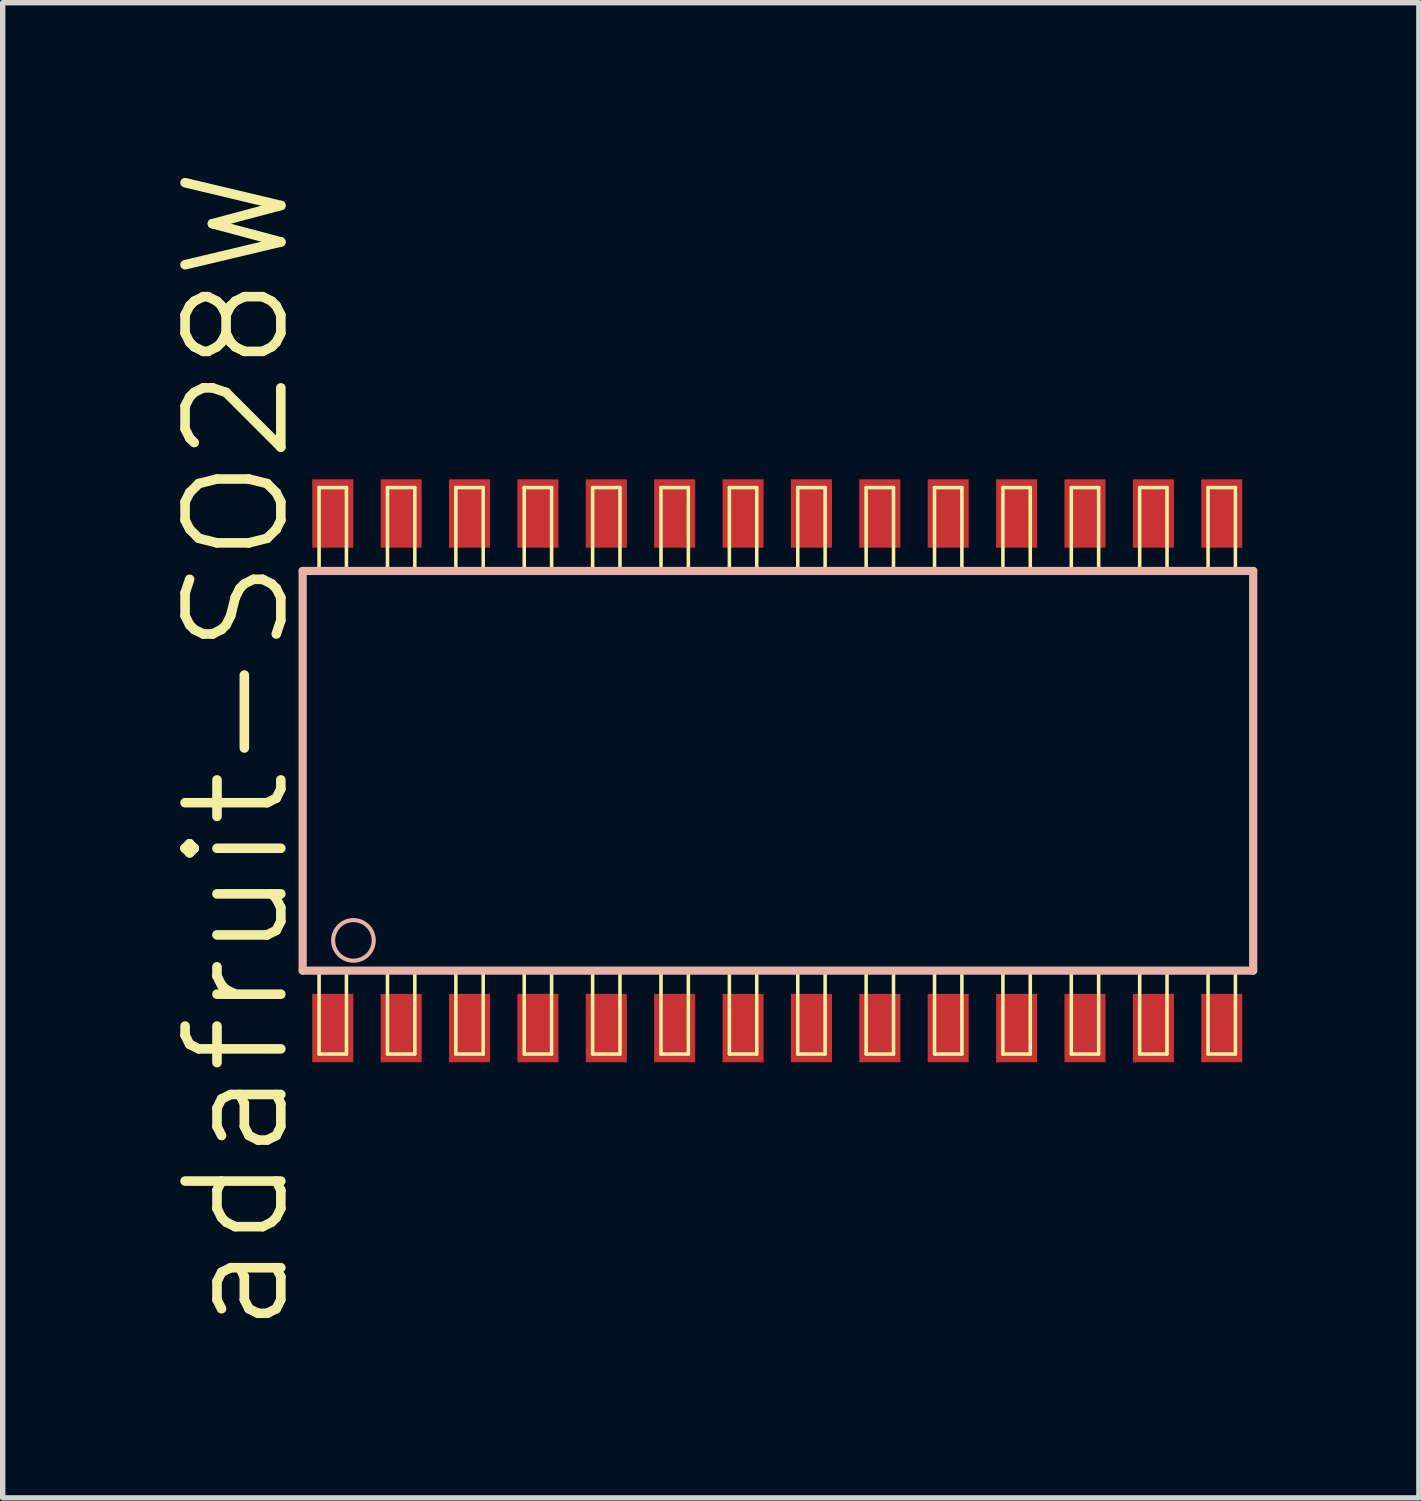
<source format=kicad_pcb>
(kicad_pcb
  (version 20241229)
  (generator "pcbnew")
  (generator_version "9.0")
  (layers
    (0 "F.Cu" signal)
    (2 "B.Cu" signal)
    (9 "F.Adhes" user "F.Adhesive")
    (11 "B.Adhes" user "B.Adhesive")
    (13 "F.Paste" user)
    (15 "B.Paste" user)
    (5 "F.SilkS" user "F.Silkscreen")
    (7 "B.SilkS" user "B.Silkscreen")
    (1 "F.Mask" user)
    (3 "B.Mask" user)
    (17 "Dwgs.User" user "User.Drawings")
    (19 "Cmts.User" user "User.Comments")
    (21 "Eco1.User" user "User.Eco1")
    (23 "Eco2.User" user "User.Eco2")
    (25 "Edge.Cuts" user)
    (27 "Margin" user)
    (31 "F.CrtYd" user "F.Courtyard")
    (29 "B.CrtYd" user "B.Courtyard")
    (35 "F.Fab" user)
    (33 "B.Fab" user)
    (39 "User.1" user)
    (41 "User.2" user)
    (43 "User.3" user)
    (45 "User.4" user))
  (footprint "adafruit-SO28W"
    (layer "F.Cu")
    (at 10.75 11.265)
    (property "Reference" "adafruit-SO28W" (at -9.398 -0.381 90) (layer "F.SilkS") (effects (font (size 1.778 1.778) (thickness 0.178))))
    (attr smd)
    (fp_line (start -7.874 -5.26) (end -7.366 -5.26) (stroke (width 0.066) (type solid)) (layer "F.SilkS"))
    (fp_line (start -7.874 -3.736) (end -7.874 -5.26) (stroke (width 0.066) (type solid)) (layer "F.SilkS"))
    (fp_line (start -7.874 -3.736) (end -7.366 -3.736) (stroke (width 0.066) (type solid)) (layer "F.SilkS"))
    (fp_line (start -7.874 3.736) (end -7.366 3.736) (stroke (width 0.066) (type solid)) (layer "F.SilkS"))
    (fp_line (start -7.874 5.26) (end -7.874 3.736) (stroke (width 0.066) (type solid)) (layer "F.SilkS"))
    (fp_line (start -7.874 5.26) (end -7.366 5.26) (stroke (width 0.066) (type solid)) (layer "F.SilkS"))
    (fp_line (start -7.366 -3.736) (end -7.366 -5.26) (stroke (width 0.066) (type solid)) (layer "F.SilkS"))
    (fp_line (start -7.366 5.26) (end -7.366 3.736) (stroke (width 0.066) (type solid)) (layer "F.SilkS"))
    (fp_line (start -6.604 -5.26) (end -6.096 -5.26) (stroke (width 0.066) (type solid)) (layer "F.SilkS"))
    (fp_line (start -6.604 -3.736) (end -6.604 -5.26) (stroke (width 0.066) (type solid)) (layer "F.SilkS"))
    (fp_line (start -6.604 -3.736) (end -6.096 -3.736) (stroke (width 0.066) (type solid)) (layer "F.SilkS"))
    (fp_line (start -6.604 3.736) (end -6.096 3.736) (stroke (width 0.066) (type solid)) (layer "F.SilkS"))
    (fp_line (start -6.604 5.26) (end -6.604 3.736) (stroke (width 0.066) (type solid)) (layer "F.SilkS"))
    (fp_line (start -6.604 5.26) (end -6.096 5.26) (stroke (width 0.066) (type solid)) (layer "F.SilkS"))
    (fp_line (start -6.096 -3.736) (end -6.096 -5.26) (stroke (width 0.066) (type solid)) (layer "F.SilkS"))
    (fp_line (start -6.096 5.26) (end -6.096 3.736) (stroke (width 0.066) (type solid)) (layer "F.SilkS"))
    (fp_line (start -5.334 -5.26) (end -4.826 -5.26) (stroke (width 0.066) (type solid)) (layer "F.SilkS"))
    (fp_line (start -5.334 -3.736) (end -5.334 -5.26) (stroke (width 0.066) (type solid)) (layer "F.SilkS"))
    (fp_line (start -5.334 -3.736) (end -4.826 -3.736) (stroke (width 0.066) (type solid)) (layer "F.SilkS"))
    (fp_line (start -5.334 3.736) (end -4.826 3.736) (stroke (width 0.066) (type solid)) (layer "F.SilkS"))
    (fp_line (start -5.334 5.26) (end -5.334 3.736) (stroke (width 0.066) (type solid)) (layer "F.SilkS"))
    (fp_line (start -5.334 5.26) (end -4.826 5.26) (stroke (width 0.066) (type solid)) (layer "F.SilkS"))
    (fp_line (start -4.826 -3.736) (end -4.826 -5.26) (stroke (width 0.066) (type solid)) (layer "F.SilkS"))
    (fp_line (start -4.826 5.26) (end -4.826 3.736) (stroke (width 0.066) (type solid)) (layer "F.SilkS"))
    (fp_line (start -4.064 -5.26) (end -3.556 -5.26) (stroke (width 0.066) (type solid)) (layer "F.SilkS"))
    (fp_line (start -4.064 -3.736) (end -4.064 -5.26) (stroke (width 0.066) (type solid)) (layer "F.SilkS"))
    (fp_line (start -4.064 -3.736) (end -3.556 -3.736) (stroke (width 0.066) (type solid)) (layer "F.SilkS"))
    (fp_line (start -4.064 3.736) (end -3.556 3.736) (stroke (width 0.066) (type solid)) (layer "F.SilkS"))
    (fp_line (start -4.064 5.26) (end -4.064 3.736) (stroke (width 0.066) (type solid)) (layer "F.SilkS"))
    (fp_line (start -4.064 5.26) (end -3.556 5.26) (stroke (width 0.066) (type solid)) (layer "F.SilkS"))
    (fp_line (start -3.556 -3.736) (end -3.556 -5.26) (stroke (width 0.066) (type solid)) (layer "F.SilkS"))
    (fp_line (start -3.556 5.26) (end -3.556 3.736) (stroke (width 0.066) (type solid)) (layer "F.SilkS"))
    (fp_line (start -2.794 -5.26) (end -2.286 -5.26) (stroke (width 0.066) (type solid)) (layer "F.SilkS"))
    (fp_line (start -2.794 -3.736) (end -2.794 -5.26) (stroke (width 0.066) (type solid)) (layer "F.SilkS"))
    (fp_line (start -2.794 -3.736) (end -2.286 -3.736) (stroke (width 0.066) (type solid)) (layer "F.SilkS"))
    (fp_line (start -2.794 3.736) (end -2.286 3.736) (stroke (width 0.066) (type solid)) (layer "F.SilkS"))
    (fp_line (start -2.794 5.26) (end -2.794 3.736) (stroke (width 0.066) (type solid)) (layer "F.SilkS"))
    (fp_line (start -2.794 5.26) (end -2.286 5.26) (stroke (width 0.066) (type solid)) (layer "F.SilkS"))
    (fp_line (start -2.286 -3.736) (end -2.286 -5.26) (stroke (width 0.066) (type solid)) (layer "F.SilkS"))
    (fp_line (start -2.286 5.26) (end -2.286 3.736) (stroke (width 0.066) (type solid)) (layer "F.SilkS"))
    (fp_line (start -1.524 -5.26) (end -1.016 -5.26) (stroke (width 0.066) (type solid)) (layer "F.SilkS"))
    (fp_line (start -1.524 -3.736) (end -1.524 -5.26) (stroke (width 0.066) (type solid)) (layer "F.SilkS"))
    (fp_line (start -1.524 -3.736) (end -1.016 -3.736) (stroke (width 0.066) (type solid)) (layer "F.SilkS"))
    (fp_line (start -1.524 3.736) (end -1.016 3.736) (stroke (width 0.066) (type solid)) (layer "F.SilkS"))
    (fp_line (start -1.524 5.26) (end -1.524 3.736) (stroke (width 0.066) (type solid)) (layer "F.SilkS"))
    (fp_line (start -1.524 5.26) (end -1.016 5.26) (stroke (width 0.066) (type solid)) (layer "F.SilkS"))
    (fp_line (start -1.016 -3.736) (end -1.016 -5.26) (stroke (width 0.066) (type solid)) (layer "F.SilkS"))
    (fp_line (start -1.016 5.26) (end -1.016 3.736) (stroke (width 0.066) (type solid)) (layer "F.SilkS"))
    (fp_line (start -0.254 -5.26) (end 0.254 -5.26) (stroke (width 0.066) (type solid)) (layer "F.SilkS"))
    (fp_line (start -0.254 -3.736) (end -0.254 -5.26) (stroke (width 0.066) (type solid)) (layer "F.SilkS"))
    (fp_line (start -0.254 -3.736) (end 0.254 -3.736) (stroke (width 0.066) (type solid)) (layer "F.SilkS"))
    (fp_line (start -0.254 3.736) (end 0.254 3.736) (stroke (width 0.066) (type solid)) (layer "F.SilkS"))
    (fp_line (start -0.254 5.26) (end -0.254 3.736) (stroke (width 0.066) (type solid)) (layer "F.SilkS"))
    (fp_line (start -0.254 5.26) (end 0.254 5.26) (stroke (width 0.066) (type solid)) (layer "F.SilkS"))
    (fp_line (start 0.254 -3.736) (end 0.254 -5.26) (stroke (width 0.066) (type solid)) (layer "F.SilkS"))
    (fp_line (start 0.254 5.26) (end 0.254 3.736) (stroke (width 0.066) (type solid)) (layer "F.SilkS"))
    (fp_line (start 1.016 -5.26) (end 1.524 -5.26) (stroke (width 0.066) (type solid)) (layer "F.SilkS"))
    (fp_line (start 1.016 -3.736) (end 1.016 -5.26) (stroke (width 0.066) (type solid)) (layer "F.SilkS"))
    (fp_line (start 1.016 -3.736) (end 1.524 -3.736) (stroke (width 0.066) (type solid)) (layer "F.SilkS"))
    (fp_line (start 1.016 3.736) (end 1.524 3.736) (stroke (width 0.066) (type solid)) (layer "F.SilkS"))
    (fp_line (start 1.016 5.26) (end 1.016 3.736) (stroke (width 0.066) (type solid)) (layer "F.SilkS"))
    (fp_line (start 1.016 5.26) (end 1.524 5.26) (stroke (width 0.066) (type solid)) (layer "F.SilkS"))
    (fp_line (start 1.524 -3.736) (end 1.524 -5.26) (stroke (width 0.066) (type solid)) (layer "F.SilkS"))
    (fp_line (start 1.524 5.26) (end 1.524 3.736) (stroke (width 0.066) (type solid)) (layer "F.SilkS"))
    (fp_line (start 2.286 -5.26) (end 2.794 -5.26) (stroke (width 0.066) (type solid)) (layer "F.SilkS"))
    (fp_line (start 2.286 -3.736) (end 2.286 -5.26) (stroke (width 0.066) (type solid)) (layer "F.SilkS"))
    (fp_line (start 2.286 -3.736) (end 2.794 -3.736) (stroke (width 0.066) (type solid)) (layer "F.SilkS"))
    (fp_line (start 2.286 3.736) (end 2.794 3.736) (stroke (width 0.066) (type solid)) (layer "F.SilkS"))
    (fp_line (start 2.286 5.26) (end 2.286 3.736) (stroke (width 0.066) (type solid)) (layer "F.SilkS"))
    (fp_line (start 2.286 5.26) (end 2.794 5.26) (stroke (width 0.066) (type solid)) (layer "F.SilkS"))
    (fp_line (start 2.794 -3.736) (end 2.794 -5.26) (stroke (width 0.066) (type solid)) (layer "F.SilkS"))
    (fp_line (start 2.794 5.26) (end 2.794 3.736) (stroke (width 0.066) (type solid)) (layer "F.SilkS"))
    (fp_line (start 3.556 -5.26) (end 4.064 -5.26) (stroke (width 0.066) (type solid)) (layer "F.SilkS"))
    (fp_line (start 3.556 -3.736) (end 3.556 -5.26) (stroke (width 0.066) (type solid)) (layer "F.SilkS"))
    (fp_line (start 3.556 -3.736) (end 4.064 -3.736) (stroke (width 0.066) (type solid)) (layer "F.SilkS"))
    (fp_line (start 3.556 3.736) (end 4.064 3.736) (stroke (width 0.066) (type solid)) (layer "F.SilkS"))
    (fp_line (start 3.556 5.26) (end 3.556 3.736) (stroke (width 0.066) (type solid)) (layer "F.SilkS"))
    (fp_line (start 3.556 5.26) (end 4.064 5.26) (stroke (width 0.066) (type solid)) (layer "F.SilkS"))
    (fp_line (start 4.064 -3.736) (end 4.064 -5.26) (stroke (width 0.066) (type solid)) (layer "F.SilkS"))
    (fp_line (start 4.064 5.26) (end 4.064 3.736) (stroke (width 0.066) (type solid)) (layer "F.SilkS"))
    (fp_line (start 4.826 -5.26) (end 5.334 -5.26) (stroke (width 0.066) (type solid)) (layer "F.SilkS"))
    (fp_line (start 4.826 -3.736) (end 4.826 -5.26) (stroke (width 0.066) (type solid)) (layer "F.SilkS"))
    (fp_line (start 4.826 -3.736) (end 5.334 -3.736) (stroke (width 0.066) (type solid)) (layer "F.SilkS"))
    (fp_line (start 4.826 3.736) (end 5.334 3.736) (stroke (width 0.066) (type solid)) (layer "F.SilkS"))
    (fp_line (start 4.826 5.26) (end 4.826 3.736) (stroke (width 0.066) (type solid)) (layer "F.SilkS"))
    (fp_line (start 4.826 5.26) (end 5.334 5.26) (stroke (width 0.066) (type solid)) (layer "F.SilkS"))
    (fp_line (start 5.334 -3.736) (end 5.334 -5.26) (stroke (width 0.066) (type solid)) (layer "F.SilkS"))
    (fp_line (start 5.334 5.26) (end 5.334 3.736) (stroke (width 0.066) (type solid)) (layer "F.SilkS"))
    (fp_line (start 6.096 -5.26) (end 6.604 -5.26) (stroke (width 0.066) (type solid)) (layer "F.SilkS"))
    (fp_line (start 6.096 -3.736) (end 6.096 -5.26) (stroke (width 0.066) (type solid)) (layer "F.SilkS"))
    (fp_line (start 6.096 -3.736) (end 6.604 -3.736) (stroke (width 0.066) (type solid)) (layer "F.SilkS"))
    (fp_line (start 6.096 3.736) (end 6.604 3.736) (stroke (width 0.066) (type solid)) (layer "F.SilkS"))
    (fp_line (start 6.096 5.26) (end 6.096 3.736) (stroke (width 0.066) (type solid)) (layer "F.SilkS"))
    (fp_line (start 6.096 5.26) (end 6.604 5.26) (stroke (width 0.066) (type solid)) (layer "F.SilkS"))
    (fp_line (start 6.604 -3.736) (end 6.604 -5.26) (stroke (width 0.066) (type solid)) (layer "F.SilkS"))
    (fp_line (start 6.604 5.26) (end 6.604 3.736) (stroke (width 0.066) (type solid)) (layer "F.SilkS"))
    (fp_line (start 7.366 -5.26) (end 7.874 -5.26) (stroke (width 0.066) (type solid)) (layer "F.SilkS"))
    (fp_line (start 7.366 -3.736) (end 7.366 -5.26) (stroke (width 0.066) (type solid)) (layer "F.SilkS"))
    (fp_line (start 7.366 -3.736) (end 7.874 -3.736) (stroke (width 0.066) (type solid)) (layer "F.SilkS"))
    (fp_line (start 7.366 3.736) (end 7.874 3.736) (stroke (width 0.066) (type solid)) (layer "F.SilkS"))
    (fp_line (start 7.366 5.26) (end 7.366 3.736) (stroke (width 0.066) (type solid)) (layer "F.SilkS"))
    (fp_line (start 7.366 5.26) (end 7.874 5.26) (stroke (width 0.066) (type solid)) (layer "F.SilkS"))
    (fp_line (start 7.874 -3.736) (end 7.874 -5.26) (stroke (width 0.066) (type solid)) (layer "F.SilkS"))
    (fp_line (start 7.874 5.26) (end 7.874 3.736) (stroke (width 0.066) (type solid)) (layer "F.SilkS"))
    (fp_line (start 8.636 -5.26) (end 9.144 -5.26) (stroke (width 0.066) (type solid)) (layer "F.SilkS"))
    (fp_line (start 8.636 -3.736) (end 8.636 -5.26) (stroke (width 0.066) (type solid)) (layer "F.SilkS"))
    (fp_line (start 8.636 -3.736) (end 9.144 -3.736) (stroke (width 0.066) (type solid)) (layer "F.SilkS"))
    (fp_line (start 8.636 3.736) (end 9.144 3.736) (stroke (width 0.066) (type solid)) (layer "F.SilkS"))
    (fp_line (start 8.636 5.26) (end 8.636 3.736) (stroke (width 0.066) (type solid)) (layer "F.SilkS"))
    (fp_line (start 8.636 5.26) (end 9.144 5.26) (stroke (width 0.066) (type solid)) (layer "F.SilkS"))
    (fp_line (start 9.144 -3.736) (end 9.144 -5.26) (stroke (width 0.066) (type solid)) (layer "F.SilkS"))
    (fp_line (start 9.144 5.26) (end 9.144 3.736) (stroke (width 0.066) (type solid)) (layer "F.SilkS"))
    (fp_line (start -8.179 -3.711) (end -8.179 3.711) (stroke (width 0.152) (type solid)) (layer "B.SilkS"))
    (fp_line (start -8.179 3.711) (end 9.474 3.711) (stroke (width 0.152) (type solid)) (layer "B.SilkS"))
    (fp_line (start 9.474 -3.711) (end -8.179 -3.711) (stroke (width 0.152) (type solid)) (layer "B.SilkS"))
    (fp_line (start 9.474 3.711) (end 9.474 -3.711) (stroke (width 0.152) (type solid)) (layer "B.SilkS"))
    (fp_circle (center -7.236 3.15) (end -7.503 3.416) (stroke (width 0.076) (type solid)) (fill no) (layer "B.SilkS"))
    (pad "1" smd rect (at -7.62 4.778) (size 0.762 1.27) (layers "F.Cu" "F.Mask" "F.Paste"))
    (pad "2" smd rect (at -6.35 4.778) (size 0.762 1.27) (layers "F.Cu" "F.Mask" "F.Paste"))
    (pad "3" smd rect (at -5.08 4.778) (size 0.762 1.27) (layers "F.Cu" "F.Mask" "F.Paste"))
    (pad "4" smd rect (at -3.81 4.778) (size 0.762 1.27) (layers "F.Cu" "F.Mask" "F.Paste"))
    (pad "5" smd rect (at -2.54 4.778) (size 0.762 1.27) (layers "F.Cu" "F.Mask" "F.Paste"))
    (pad "6" smd rect (at -1.27 4.778) (size 0.762 1.27) (layers "F.Cu" "F.Mask" "F.Paste"))
    (pad "7" smd rect (at 0 4.778) (size 0.762 1.27) (layers "F.Cu" "F.Mask" "F.Paste"))
    (pad "8" smd rect (at 1.27 4.778) (size 0.762 1.27) (layers "F.Cu" "F.Mask" "F.Paste"))
    (pad "9" smd rect (at 2.54 4.778) (size 0.762 1.27) (layers "F.Cu" "F.Mask" "F.Paste"))
    (pad "10" smd rect (at 3.81 4.778) (size 0.762 1.27) (layers "F.Cu" "F.Mask" "F.Paste"))
    (pad "11" smd rect (at 5.08 4.778) (size 0.762 1.27) (layers "F.Cu" "F.Mask" "F.Paste"))
    (pad "12" smd rect (at 6.35 4.778) (size 0.762 1.27) (layers "F.Cu" "F.Mask" "F.Paste"))
    (pad "13" smd rect (at 7.62 4.778) (size 0.762 1.27) (layers "F.Cu" "F.Mask" "F.Paste"))
    (pad "14" smd rect (at 8.89 4.778) (size 0.762 1.27) (layers "F.Cu" "F.Mask" "F.Paste"))
    (pad "15" smd rect (at 8.89 -4.778) (size 0.762 1.27) (layers "F.Cu" "F.Mask" "F.Paste"))
    (pad "16" smd rect (at 7.62 -4.778) (size 0.762 1.27) (layers "F.Cu" "F.Mask" "F.Paste"))
    (pad "17" smd rect (at 6.35 -4.778) (size 0.762 1.27) (layers "F.Cu" "F.Mask" "F.Paste"))
    (pad "18" smd rect (at 5.08 -4.778) (size 0.762 1.27) (layers "F.Cu" "F.Mask" "F.Paste"))
    (pad "19" smd rect (at 3.81 -4.778) (size 0.762 1.27) (layers "F.Cu" "F.Mask" "F.Paste"))
    (pad "20" smd rect (at 2.54 -4.778) (size 0.762 1.27) (layers "F.Cu" "F.Mask" "F.Paste"))
    (pad "21" smd rect (at 1.27 -4.778) (size 0.762 1.27) (layers "F.Cu" "F.Mask" "F.Paste"))
    (pad "22" smd rect (at 0 -4.778) (size 0.762 1.27) (layers "F.Cu" "F.Mask" "F.Paste"))
    (pad "23" smd rect (at -1.27 -4.778) (size 0.762 1.27) (layers "F.Cu" "F.Mask" "F.Paste"))
    (pad "24" smd rect (at -2.54 -4.778) (size 0.762 1.27) (layers "F.Cu" "F.Mask" "F.Paste"))
    (pad "25" smd rect (at -3.81 -4.778) (size 0.762 1.27) (layers "F.Cu" "F.Mask" "F.Paste"))
    (pad "26" smd rect (at -5.08 -4.778) (size 0.762 1.27) (layers "F.Cu" "F.Mask" "F.Paste"))
    (pad "27" smd rect (at -6.35 -4.778) (size 0.762 1.27) (layers "F.Cu" "F.Mask" "F.Paste"))
    (pad "28" smd rect (at -7.62 -4.778) (size 0.762 1.27) (layers "F.Cu" "F.Mask" "F.Paste")))
  (gr_rect
    (start -3 -3)
    (end 23.301 24.768)
    (stroke (width 0.1) (type default))
    (fill no)
    (layer "Edge.Cuts")))
</source>
